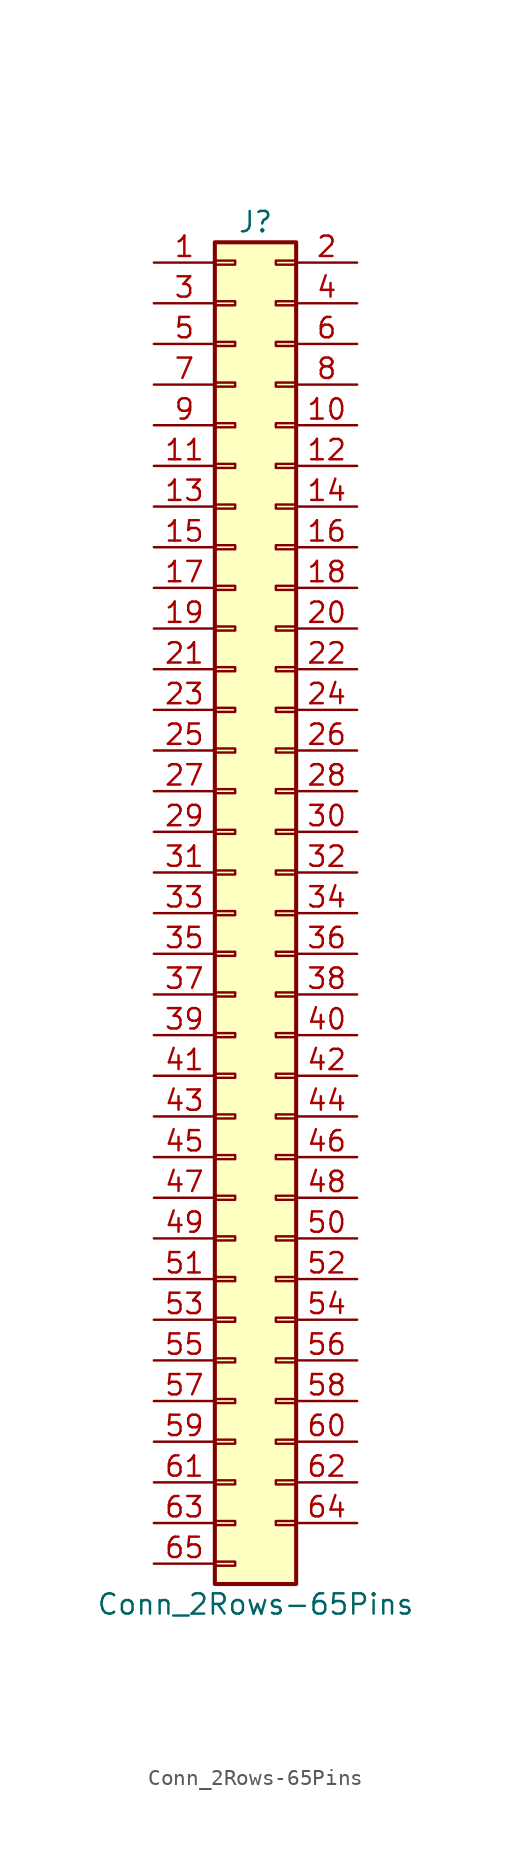
<source format=kicad_sym>
(kicad_symbol_lib
  (version 20200908)
  (generator kicad_symbol_editor)
  (symbol "Connector_Generic:Conn_2Rows-65Pins"
    (pin_names
      (offset 1.016) hide)
    (property "Reference" "J"
      (at 1.27 43.18 0)
      (effects (font (size 1.27 1.27))))
    (property "Value" "Conn_2Rows-65Pins"
      (at 1.27 -43.18 0)
      (effects (font (size 1.27 1.27))))
    (symbol "Conn_2Rows-65Pins_1_1"
      (rectangle (start -1.27 -27.813) (end 0 -28.067) (stroke (width 0.152)) (fill (type none)))
      (rectangle (start -1.27 -30.353) (end 0 -30.607) (stroke (width 0.152)) (fill (type none)))
      (rectangle (start -1.27 -32.893) (end 0 -33.147) (stroke (width 0.152)) (fill (type none)))
      (rectangle (start -1.27 -35.433) (end 0 -35.687) (stroke (width 0.152)) (fill (type none)))
      (rectangle (start -1.27 -37.973) (end 0 -38.227) (stroke (width 0.152)) (fill (type none)))
      (rectangle (start -1.27 -40.513) (end 0 -40.767) (stroke (width 0.152)) (fill (type none)))
      (rectangle (start -1.27 -4.953) (end 0 -5.207) (stroke (width 0.152)) (fill (type none)))
      (rectangle (start -1.27 -7.493) (end 0 -7.747) (stroke (width 0.152)) (fill (type none)))
      (rectangle (start -1.27 -10.033) (end 0 -10.287) (stroke (width 0.152)) (fill (type none)))
      (rectangle (start -1.27 -12.573) (end 0 -12.827) (stroke (width 0.152)) (fill (type none)))
      (rectangle (start -1.27 -15.113) (end 0 -15.367) (stroke (width 0.152)) (fill (type none)))
      (rectangle (start -1.27 -17.653) (end 0 -17.907) (stroke (width 0.152)) (fill (type none)))
      (rectangle (start -1.27 -20.193) (end 0 -20.447) (stroke (width 0.152)) (fill (type none)))
      (rectangle (start -1.27 -22.733) (end 0 -22.987) (stroke (width 0.152)) (fill (type none)))
      (rectangle (start -1.27 -2.413) (end 0 -2.667) (stroke (width 0.152)) (fill (type none)))
      (rectangle (start -1.27 -25.273) (end 0 -25.527) (stroke (width 0.152)) (fill (type none)))
      (rectangle (start -1.27 25.527) (end 0 25.273) (stroke (width 0.152)) (fill (type none)))
      (rectangle (start -1.27 2.667) (end 0 2.413) (stroke (width 0.152)) (fill (type none)))
      (rectangle (start -1.27 28.067) (end 0 27.813) (stroke (width 0.152)) (fill (type none)))
      (rectangle (start -1.27 30.607) (end 0 30.353) (stroke (width 0.152)) (fill (type none)))
      (rectangle (start -1.27 33.147) (end 0 32.893) (stroke (width 0.152)) (fill (type none)))
      (rectangle (start -1.27 35.687) (end 0 35.433) (stroke (width 0.152)) (fill (type none)))
      (rectangle (start -1.27 38.227) (end 0 37.973) (stroke (width 0.152)) (fill (type none)))
      (rectangle (start -1.27 40.767) (end 0 40.513) (stroke (width 0.152)) (fill (type none)))
      (rectangle (start -1.27 41.91) (end 3.81 -41.91) (stroke (width 0.254)) (fill (type background)))
      (rectangle (start -1.27 5.207) (end 0 4.953) (stroke (width 0.152)) (fill (type none)))
      (rectangle (start -1.27 7.747) (end 0 7.493) (stroke (width 0.152)) (fill (type none)))
      (rectangle (start -1.27 10.287) (end 0 10.033) (stroke (width 0.152)) (fill (type none)))
      (rectangle (start -1.27 0.127) (end 0 -0.127) (stroke (width 0.152)) (fill (type none)))
      (rectangle (start -1.27 12.827) (end 0 12.573) (stroke (width 0.152)) (fill (type none)))
      (rectangle (start -1.27 15.367) (end 0 15.113) (stroke (width 0.152)) (fill (type none)))
      (rectangle (start -1.27 17.907) (end 0 17.653) (stroke (width 0.152)) (fill (type none)))
      (rectangle (start -1.27 20.447) (end 0 20.193) (stroke (width 0.152)) (fill (type none)))
      (rectangle (start -1.27 22.987) (end 0 22.733) (stroke (width 0.152)) (fill (type none)))
      (rectangle (start 3.81 -27.813) (end 2.54 -28.067) (stroke (width 0.152)) (fill (type none)))
      (rectangle (start 3.81 -30.353) (end 2.54 -30.607) (stroke (width 0.152)) (fill (type none)))
      (rectangle (start 3.81 -32.893) (end 2.54 -33.147) (stroke (width 0.152)) (fill (type none)))
      (rectangle (start 3.81 -35.433) (end 2.54 -35.687) (stroke (width 0.152)) (fill (type none)))
      (rectangle (start 3.81 -37.973) (end 2.54 -38.227) (stroke (width 0.152)) (fill (type none)))
      (rectangle (start 3.81 -4.953) (end 2.54 -5.207) (stroke (width 0.152)) (fill (type none)))
      (rectangle (start 3.81 -7.493) (end 2.54 -7.747) (stroke (width 0.152)) (fill (type none)))
      (rectangle (start 3.81 -10.033) (end 2.54 -10.287) (stroke (width 0.152)) (fill (type none)))
      (rectangle (start 3.81 -12.573) (end 2.54 -12.827) (stroke (width 0.152)) (fill (type none)))
      (rectangle (start 3.81 -15.113) (end 2.54 -15.367) (stroke (width 0.152)) (fill (type none)))
      (rectangle (start 3.81 -17.653) (end 2.54 -17.907) (stroke (width 0.152)) (fill (type none)))
      (rectangle (start 3.81 -20.193) (end 2.54 -20.447) (stroke (width 0.152)) (fill (type none)))
      (rectangle (start 3.81 -22.733) (end 2.54 -22.987) (stroke (width 0.152)) (fill (type none)))
      (rectangle (start 3.81 -2.413) (end 2.54 -2.667) (stroke (width 0.152)) (fill (type none)))
      (rectangle (start 3.81 -25.273) (end 2.54 -25.527) (stroke (width 0.152)) (fill (type none)))
      (rectangle (start 3.81 25.527) (end 2.54 25.273) (stroke (width 0.152)) (fill (type none)))
      (rectangle (start 3.81 2.667) (end 2.54 2.413) (stroke (width 0.152)) (fill (type none)))
      (rectangle (start 3.81 28.067) (end 2.54 27.813) (stroke (width 0.152)) (fill (type none)))
      (rectangle (start 3.81 30.607) (end 2.54 30.353) (stroke (width 0.152)) (fill (type none)))
      (rectangle (start 3.81 33.147) (end 2.54 32.893) (stroke (width 0.152)) (fill (type none)))
      (rectangle (start 3.81 35.687) (end 2.54 35.433) (stroke (width 0.152)) (fill (type none)))
      (rectangle (start 3.81 38.227) (end 2.54 37.973) (stroke (width 0.152)) (fill (type none)))
      (rectangle (start 3.81 40.767) (end 2.54 40.513) (stroke (width 0.152)) (fill (type none)))
      (rectangle (start 3.81 5.207) (end 2.54 4.953) (stroke (width 0.152)) (fill (type none)))
      (rectangle (start 3.81 7.747) (end 2.54 7.493) (stroke (width 0.152)) (fill (type none)))
      (rectangle (start 3.81 10.287) (end 2.54 10.033) (stroke (width 0.152)) (fill (type none)))
      (rectangle (start 3.81 0.127) (end 2.54 -0.127) (stroke (width 0.152)) (fill (type none)))
      (rectangle (start 3.81 12.827) (end 2.54 12.573) (stroke (width 0.152)) (fill (type none)))
      (rectangle (start 3.81 15.367) (end 2.54 15.113) (stroke (width 0.152)) (fill (type none)))
      (rectangle (start 3.81 17.907) (end 2.54 17.653) (stroke (width 0.152)) (fill (type none)))
      (rectangle (start 3.81 20.447) (end 2.54 20.193) (stroke (width 0.152)) (fill (type none)))
      (rectangle (start 3.81 22.987) (end 2.54 22.733) (stroke (width 0.152)) (fill (type none)))
      (pin passive line (at -5.08 40.64 0) (length 3.81) (name "Pin_1" (effects (font (size 1.27 1.27)))) (number "1" (effects (font (size 1.27 1.27)))))
      (pin passive line (at 7.62 30.48 180) (length 3.81) (name "Pin_10" (effects (font (size 1.27 1.27)))) (number "10" (effects (font (size 1.27 1.27)))))
      (pin passive line (at -5.08 27.94 0) (length 3.81) (name "Pin_11" (effects (font (size 1.27 1.27)))) (number "11" (effects (font (size 1.27 1.27)))))
      (pin passive line (at 7.62 27.94 180) (length 3.81) (name "Pin_12" (effects (font (size 1.27 1.27)))) (number "12" (effects (font (size 1.27 1.27)))))
      (pin passive line (at -5.08 25.4 0) (length 3.81) (name "Pin_13" (effects (font (size 1.27 1.27)))) (number "13" (effects (font (size 1.27 1.27)))))
      (pin passive line (at 7.62 25.4 180) (length 3.81) (name "Pin_14" (effects (font (size 1.27 1.27)))) (number "14" (effects (font (size 1.27 1.27)))))
      (pin passive line (at -5.08 22.86 0) (length 3.81) (name "Pin_15" (effects (font (size 1.27 1.27)))) (number "15" (effects (font (size 1.27 1.27)))))
      (pin passive line (at 7.62 22.86 180) (length 3.81) (name "Pin_16" (effects (font (size 1.27 1.27)))) (number "16" (effects (font (size 1.27 1.27)))))
      (pin passive line (at -5.08 20.32 0) (length 3.81) (name "Pin_17" (effects (font (size 1.27 1.27)))) (number "17" (effects (font (size 1.27 1.27)))))
      (pin passive line (at 7.62 20.32 180) (length 3.81) (name "Pin_18" (effects (font (size 1.27 1.27)))) (number "18" (effects (font (size 1.27 1.27)))))
      (pin passive line (at -5.08 17.78 0) (length 3.81) (name "Pin_19" (effects (font (size 1.27 1.27)))) (number "19" (effects (font (size 1.27 1.27)))))
      (pin passive line (at 7.62 40.64 180) (length 3.81) (name "Pin_2" (effects (font (size 1.27 1.27)))) (number "2" (effects (font (size 1.27 1.27)))))
      (pin passive line (at 7.62 17.78 180) (length 3.81) (name "Pin_20" (effects (font (size 1.27 1.27)))) (number "20" (effects (font (size 1.27 1.27)))))
      (pin passive line (at -5.08 15.24 0) (length 3.81) (name "Pin_21" (effects (font (size 1.27 1.27)))) (number "21" (effects (font (size 1.27 1.27)))))
      (pin passive line (at 7.62 15.24 180) (length 3.81) (name "Pin_22" (effects (font (size 1.27 1.27)))) (number "22" (effects (font (size 1.27 1.27)))))
      (pin passive line (at -5.08 12.7 0) (length 3.81) (name "Pin_23" (effects (font (size 1.27 1.27)))) (number "23" (effects (font (size 1.27 1.27)))))
      (pin passive line (at 7.62 12.7 180) (length 3.81) (name "Pin_24" (effects (font (size 1.27 1.27)))) (number "24" (effects (font (size 1.27 1.27)))))
      (pin passive line (at -5.08 10.16 0) (length 3.81) (name "Pin_25" (effects (font (size 1.27 1.27)))) (number "25" (effects (font (size 1.27 1.27)))))
      (pin passive line (at 7.62 10.16 180) (length 3.81) (name "Pin_26" (effects (font (size 1.27 1.27)))) (number "26" (effects (font (size 1.27 1.27)))))
      (pin passive line (at -5.08 7.62 0) (length 3.81) (name "Pin_27" (effects (font (size 1.27 1.27)))) (number "27" (effects (font (size 1.27 1.27)))))
      (pin passive line (at 7.62 7.62 180) (length 3.81) (name "Pin_28" (effects (font (size 1.27 1.27)))) (number "28" (effects (font (size 1.27 1.27)))))
      (pin passive line (at -5.08 5.08 0) (length 3.81) (name "Pin_29" (effects (font (size 1.27 1.27)))) (number "29" (effects (font (size 1.27 1.27)))))
      (pin passive line (at -5.08 38.1 0) (length 3.81) (name "Pin_3" (effects (font (size 1.27 1.27)))) (number "3" (effects (font (size 1.27 1.27)))))
      (pin passive line (at 7.62 5.08 180) (length 3.81) (name "Pin_30" (effects (font (size 1.27 1.27)))) (number "30" (effects (font (size 1.27 1.27)))))
      (pin passive line (at -5.08 2.54 0) (length 3.81) (name "Pin_31" (effects (font (size 1.27 1.27)))) (number "31" (effects (font (size 1.27 1.27)))))
      (pin passive line (at 7.62 2.54 180) (length 3.81) (name "Pin_32" (effects (font (size 1.27 1.27)))) (number "32" (effects (font (size 1.27 1.27)))))
      (pin passive line (at -5.08 0 0) (length 3.81) (name "Pin_33" (effects (font (size 1.27 1.27)))) (number "33" (effects (font (size 1.27 1.27)))))
      (pin passive line (at 7.62 0 180) (length 3.81) (name "Pin_34" (effects (font (size 1.27 1.27)))) (number "34" (effects (font (size 1.27 1.27)))))
      (pin passive line (at -5.08 -2.54 0) (length 3.81) (name "Pin_35" (effects (font (size 1.27 1.27)))) (number "35" (effects (font (size 1.27 1.27)))))
      (pin passive line (at 7.62 -2.54 180) (length 3.81) (name "Pin_36" (effects (font (size 1.27 1.27)))) (number "36" (effects (font (size 1.27 1.27)))))
      (pin passive line (at -5.08 -5.08 0) (length 3.81) (name "Pin_37" (effects (font (size 1.27 1.27)))) (number "37" (effects (font (size 1.27 1.27)))))
      (pin passive line (at 7.62 -5.08 180) (length 3.81) (name "Pin_38" (effects (font (size 1.27 1.27)))) (number "38" (effects (font (size 1.27 1.27)))))
      (pin passive line (at -5.08 -7.62 0) (length 3.81) (name "Pin_39" (effects (font (size 1.27 1.27)))) (number "39" (effects (font (size 1.27 1.27)))))
      (pin passive line (at 7.62 38.1 180) (length 3.81) (name "Pin_4" (effects (font (size 1.27 1.27)))) (number "4" (effects (font (size 1.27 1.27)))))
      (pin passive line (at 7.62 -7.62 180) (length 3.81) (name "Pin_40" (effects (font (size 1.27 1.27)))) (number "40" (effects (font (size 1.27 1.27)))))
      (pin passive line (at -5.08 -10.16 0) (length 3.81) (name "Pin_41" (effects (font (size 1.27 1.27)))) (number "41" (effects (font (size 1.27 1.27)))))
      (pin passive line (at 7.62 -10.16 180) (length 3.81) (name "Pin_42" (effects (font (size 1.27 1.27)))) (number "42" (effects (font (size 1.27 1.27)))))
      (pin passive line (at -5.08 -12.7 0) (length 3.81) (name "Pin_43" (effects (font (size 1.27 1.27)))) (number "43" (effects (font (size 1.27 1.27)))))
      (pin passive line (at 7.62 -12.7 180) (length 3.81) (name "Pin_44" (effects (font (size 1.27 1.27)))) (number "44" (effects (font (size 1.27 1.27)))))
      (pin passive line (at -5.08 -15.24 0) (length 3.81) (name "Pin_45" (effects (font (size 1.27 1.27)))) (number "45" (effects (font (size 1.27 1.27)))))
      (pin passive line (at 7.62 -15.24 180) (length 3.81) (name "Pin_46" (effects (font (size 1.27 1.27)))) (number "46" (effects (font (size 1.27 1.27)))))
      (pin passive line (at -5.08 -17.78 0) (length 3.81) (name "Pin_47" (effects (font (size 1.27 1.27)))) (number "47" (effects (font (size 1.27 1.27)))))
      (pin passive line (at 7.62 -17.78 180) (length 3.81) (name "Pin_48" (effects (font (size 1.27 1.27)))) (number "48" (effects (font (size 1.27 1.27)))))
      (pin passive line (at -5.08 -20.32 0) (length 3.81) (name "Pin_49" (effects (font (size 1.27 1.27)))) (number "49" (effects (font (size 1.27 1.27)))))
      (pin passive line (at -5.08 35.56 0) (length 3.81) (name "Pin_5" (effects (font (size 1.27 1.27)))) (number "5" (effects (font (size 1.27 1.27)))))
      (pin passive line (at 7.62 -20.32 180) (length 3.81) (name "Pin_50" (effects (font (size 1.27 1.27)))) (number "50" (effects (font (size 1.27 1.27)))))
      (pin passive line (at -5.08 -22.86 0) (length 3.81) (name "Pin_51" (effects (font (size 1.27 1.27)))) (number "51" (effects (font (size 1.27 1.27)))))
      (pin passive line (at 7.62 -22.86 180) (length 3.81) (name "Pin_52" (effects (font (size 1.27 1.27)))) (number "52" (effects (font (size 1.27 1.27)))))
      (pin passive line (at -5.08 -25.4 0) (length 3.81) (name "Pin_53" (effects (font (size 1.27 1.27)))) (number "53" (effects (font (size 1.27 1.27)))))
      (pin passive line (at 7.62 -25.4 180) (length 3.81) (name "Pin_54" (effects (font (size 1.27 1.27)))) (number "54" (effects (font (size 1.27 1.27)))))
      (pin passive line (at -5.08 -27.94 0) (length 3.81) (name "Pin_55" (effects (font (size 1.27 1.27)))) (number "55" (effects (font (size 1.27 1.27)))))
      (pin passive line (at 7.62 -27.94 180) (length 3.81) (name "Pin_56" (effects (font (size 1.27 1.27)))) (number "56" (effects (font (size 1.27 1.27)))))
      (pin passive line (at -5.08 -30.48 0) (length 3.81) (name "Pin_57" (effects (font (size 1.27 1.27)))) (number "57" (effects (font (size 1.27 1.27)))))
      (pin passive line (at 7.62 -30.48 180) (length 3.81) (name "Pin_58" (effects (font (size 1.27 1.27)))) (number "58" (effects (font (size 1.27 1.27)))))
      (pin passive line (at -5.08 -33.02 0) (length 3.81) (name "Pin_59" (effects (font (size 1.27 1.27)))) (number "59" (effects (font (size 1.27 1.27)))))
      (pin passive line (at 7.62 35.56 180) (length 3.81) (name "Pin_6" (effects (font (size 1.27 1.27)))) (number "6" (effects (font (size 1.27 1.27)))))
      (pin passive line (at 7.62 -33.02 180) (length 3.81) (name "Pin_60" (effects (font (size 1.27 1.27)))) (number "60" (effects (font (size 1.27 1.27)))))
      (pin passive line (at -5.08 -35.56 0) (length 3.81) (name "Pin_61" (effects (font (size 1.27 1.27)))) (number "61" (effects (font (size 1.27 1.27)))))
      (pin passive line (at 7.62 -35.56 180) (length 3.81) (name "Pin_62" (effects (font (size 1.27 1.27)))) (number "62" (effects (font (size 1.27 1.27)))))
      (pin passive line (at -5.08 -38.1 0) (length 3.81) (name "Pin_63" (effects (font (size 1.27 1.27)))) (number "63" (effects (font (size 1.27 1.27)))))
      (pin passive line (at 7.62 -38.1 180) (length 3.81) (name "Pin_64" (effects (font (size 1.27 1.27)))) (number "64" (effects (font (size 1.27 1.27)))))
      (pin passive line (at -5.08 -40.64 0) (length 3.81) (name "Pin_65" (effects (font (size 1.27 1.27)))) (number "65" (effects (font (size 1.27 1.27)))))
      (pin passive line (at -5.08 33.02 0) (length 3.81) (name "Pin_7" (effects (font (size 1.27 1.27)))) (number "7" (effects (font (size 1.27 1.27)))))
      (pin passive line (at 7.62 33.02 180) (length 3.81) (name "Pin_8" (effects (font (size 1.27 1.27)))) (number "8" (effects (font (size 1.27 1.27)))))
      (pin passive line (at -5.08 30.48 0) (length 3.81) (name "Pin_9" (effects (font (size 1.27 1.27)))) (number "9" (effects (font (size 1.27 1.27))))))))
</source>
